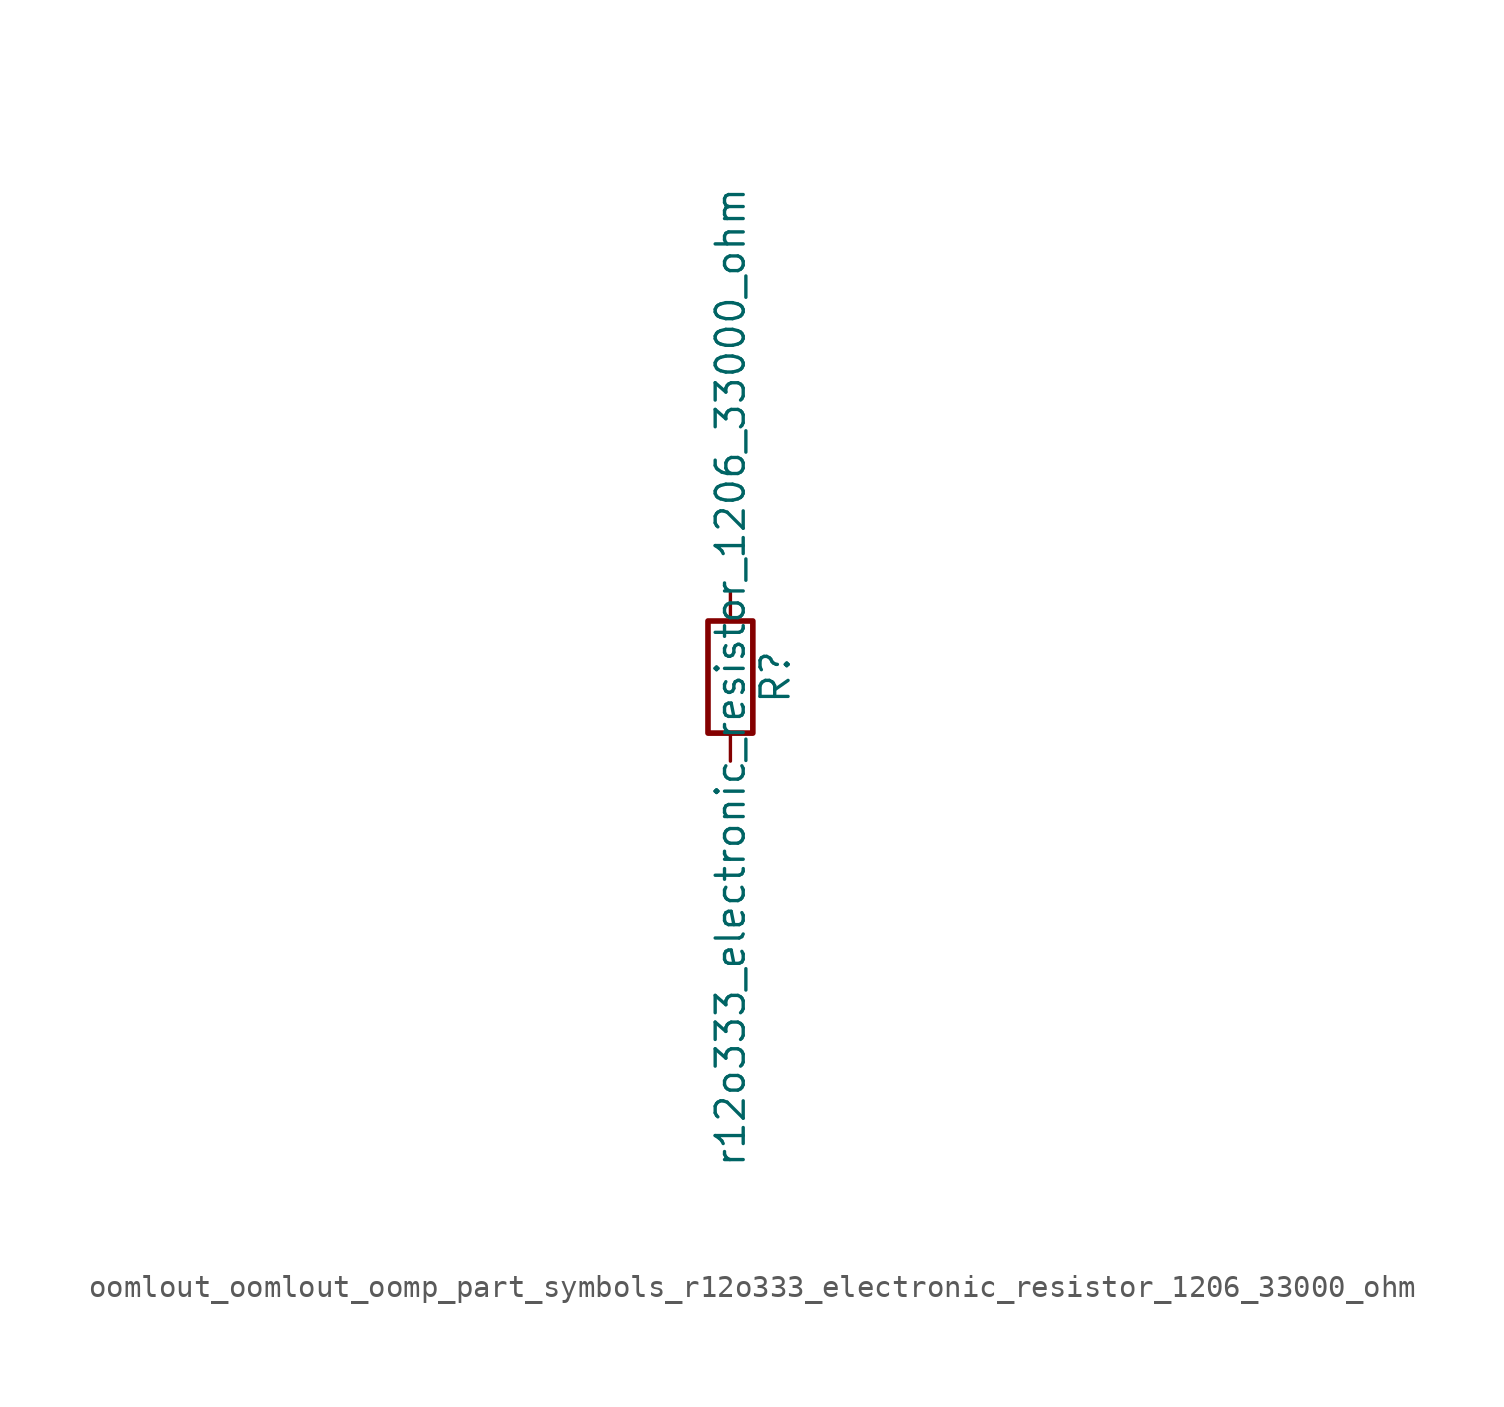
<source format=kicad_sym>
(kicad_symbol_lib
  (version 20220914)
  (generator kicad_symbol_editor)
  (symbol "oomlout_oomlout_oomp_part_symbols_r12o333_electronic_resistor_1206_33000_ohm"
    (pin_numbers hide)
    (pin_names
      (offset 0))
    (property "Reference" "R"
      (at 2.032 0 90)
      (effects (font (size 1.27 1.27))))
    (property "Value" "r12o333_electronic_resistor_1206_33000_ohm"
      (at 0 0 90)
      (effects (font (size 1.27 1.27))))
    (symbol "oomlout_oomlout_oomp_part_symbols_r12o333_electronic_resistor_1206_33000_ohm_0_1"
      (rectangle (start -1.016 -2.54) (end 1.016 2.54) (stroke (width 0.254) (type default)) (fill (type none))))
    (symbol "oomlout_oomlout_oomp_part_symbols_r12o333_electronic_resistor_1206_33000_ohm_1_1"
      (pin passive line (at 0 3.81 270) (length 1.27) (name "~" (effects (font (size 1.27 1.27)))) (number "1" (effects (font (size 1.27 1.27)))))
      (pin passive line (at 0 -3.81 90) (length 1.27) (name "~" (effects (font (size 1.27 1.27)))) (number "2" (effects (font (size 1.27 1.27))))))))
</source>
